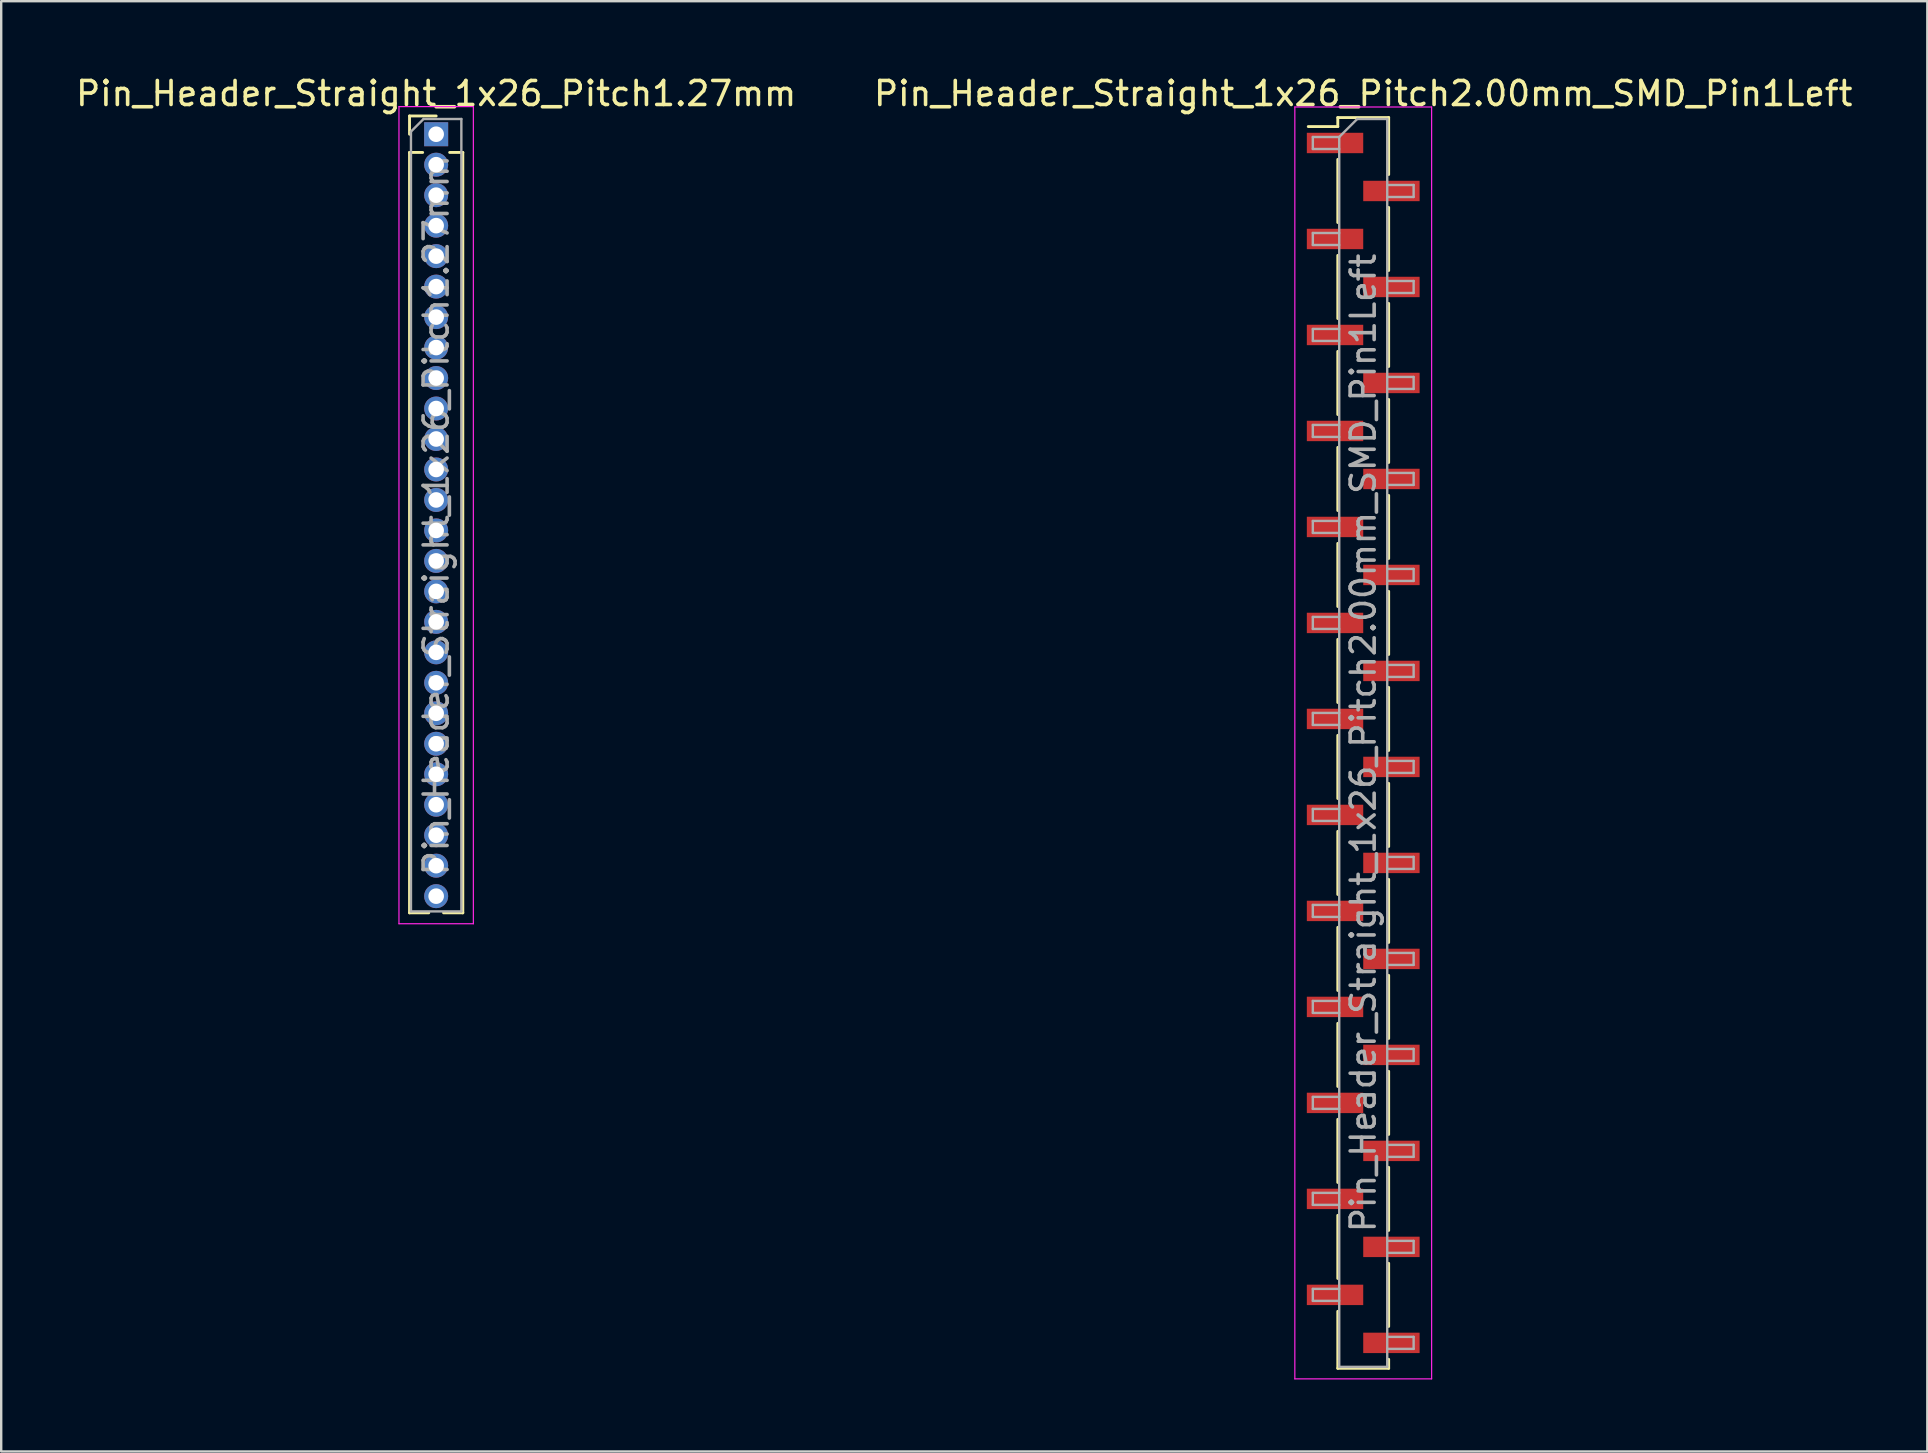
<source format=kicad_pcb>
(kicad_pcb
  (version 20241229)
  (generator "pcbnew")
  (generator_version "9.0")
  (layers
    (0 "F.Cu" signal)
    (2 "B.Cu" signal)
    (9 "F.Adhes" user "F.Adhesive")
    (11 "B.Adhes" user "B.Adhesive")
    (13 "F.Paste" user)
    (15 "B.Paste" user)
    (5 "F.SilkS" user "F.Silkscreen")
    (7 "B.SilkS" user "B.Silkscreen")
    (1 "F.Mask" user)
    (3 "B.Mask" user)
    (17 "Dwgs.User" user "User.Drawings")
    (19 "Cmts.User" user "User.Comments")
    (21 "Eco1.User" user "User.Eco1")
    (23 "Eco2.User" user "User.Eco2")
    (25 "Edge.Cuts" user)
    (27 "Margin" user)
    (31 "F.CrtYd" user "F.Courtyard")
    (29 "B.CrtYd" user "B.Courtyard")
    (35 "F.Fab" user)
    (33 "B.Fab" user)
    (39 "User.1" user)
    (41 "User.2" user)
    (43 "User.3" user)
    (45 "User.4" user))
  (footprint "Pin_Header_Straight_1x26_Pitch2.00mm_SMD_Pin1Left"
    (layer "F.Cu")
    (at 53.756 27.908)
    (property "Reference" "Pin_Header_Straight_1x26_Pitch2.00mm_SMD_Pin1Left" (at 0 -27.06 0) (layer "F.SilkS") (effects (font (size 1 1) (thickness 0.15))))
    (attr smd)
    (fp_line (start -1.06 -26.06) (end -1.06 -25.685) (stroke (width 0.12) (type solid)) (layer "F.SilkS"))
    (fp_line (start -1.06 -26.06) (end 1.06 -26.06) (stroke (width 0.12) (type solid)) (layer "F.SilkS"))
    (fp_line (start -1.06 -25.685) (end -2.29 -25.685) (stroke (width 0.12) (type solid)) (layer "F.SilkS"))
    (fp_line (start -1.06 -24.315) (end -1.06 -21.685) (stroke (width 0.12) (type solid)) (layer "F.SilkS"))
    (fp_line (start -1.06 -20.315) (end -1.06 -17.685) (stroke (width 0.12) (type solid)) (layer "F.SilkS"))
    (fp_line (start -1.06 -16.315) (end -1.06 -13.685) (stroke (width 0.12) (type solid)) (layer "F.SilkS"))
    (fp_line (start -1.06 -12.315) (end -1.06 -9.685) (stroke (width 0.12) (type solid)) (layer "F.SilkS"))
    (fp_line (start -1.06 -8.315) (end -1.06 -5.685) (stroke (width 0.12) (type solid)) (layer "F.SilkS"))
    (fp_line (start -1.06 -4.315) (end -1.06 -1.685) (stroke (width 0.12) (type solid)) (layer "F.SilkS"))
    (fp_line (start -1.06 -0.315) (end -1.06 2.315) (stroke (width 0.12) (type solid)) (layer "F.SilkS"))
    (fp_line (start -1.06 3.685) (end -1.06 6.315) (stroke (width 0.12) (type solid)) (layer "F.SilkS"))
    (fp_line (start -1.06 7.685) (end -1.06 10.315) (stroke (width 0.12) (type solid)) (layer "F.SilkS"))
    (fp_line (start -1.06 11.685) (end -1.06 14.315) (stroke (width 0.12) (type solid)) (layer "F.SilkS"))
    (fp_line (start -1.06 15.685) (end -1.06 18.315) (stroke (width 0.12) (type solid)) (layer "F.SilkS"))
    (fp_line (start -1.06 19.685) (end -1.06 22.315) (stroke (width 0.12) (type solid)) (layer "F.SilkS"))
    (fp_line (start -1.06 23.685) (end -1.06 26.06) (stroke (width 0.12) (type solid)) (layer "F.SilkS"))
    (fp_line (start -1.06 26.06) (end 1.06 26.06) (stroke (width 0.12) (type solid)) (layer "F.SilkS"))
    (fp_line (start 1.06 -26.06) (end 1.06 -23.685) (stroke (width 0.12) (type solid)) (layer "F.SilkS"))
    (fp_line (start 1.06 -22.315) (end 1.06 -19.685) (stroke (width 0.12) (type solid)) (layer "F.SilkS"))
    (fp_line (start 1.06 -18.315) (end 1.06 -15.685) (stroke (width 0.12) (type solid)) (layer "F.SilkS"))
    (fp_line (start 1.06 -14.315) (end 1.06 -11.685) (stroke (width 0.12) (type solid)) (layer "F.SilkS"))
    (fp_line (start 1.06 -10.315) (end 1.06 -7.685) (stroke (width 0.12) (type solid)) (layer "F.SilkS"))
    (fp_line (start 1.06 -6.315) (end 1.06 -3.685) (stroke (width 0.12) (type solid)) (layer "F.SilkS"))
    (fp_line (start 1.06 -2.315) (end 1.06 0.315) (stroke (width 0.12) (type solid)) (layer "F.SilkS"))
    (fp_line (start 1.06 1.685) (end 1.06 4.315) (stroke (width 0.12) (type solid)) (layer "F.SilkS"))
    (fp_line (start 1.06 5.685) (end 1.06 8.315) (stroke (width 0.12) (type solid)) (layer "F.SilkS"))
    (fp_line (start 1.06 9.685) (end 1.06 12.315) (stroke (width 0.12) (type solid)) (layer "F.SilkS"))
    (fp_line (start 1.06 13.685) (end 1.06 16.315) (stroke (width 0.12) (type solid)) (layer "F.SilkS"))
    (fp_line (start 1.06 17.685) (end 1.06 20.315) (stroke (width 0.12) (type solid)) (layer "F.SilkS"))
    (fp_line (start 1.06 21.685) (end 1.06 24.315) (stroke (width 0.12) (type solid)) (layer "F.SilkS"))
    (fp_line (start 1.06 25.685) (end 1.06 26.06) (stroke (width 0.12) (type solid)) (layer "F.SilkS"))
    (fp_line (start -2.85 -26.5) (end -2.85 26.5) (stroke (width 0.05) (type solid)) (layer "F.CrtYd"))
    (fp_line (start -2.85 26.5) (end 2.85 26.5) (stroke (width 0.05) (type solid)) (layer "F.CrtYd"))
    (fp_line (start 2.85 -26.5) (end -2.85 -26.5) (stroke (width 0.05) (type solid)) (layer "F.CrtYd"))
    (fp_line (start 2.85 26.5) (end 2.85 -26.5) (stroke (width 0.05) (type solid)) (layer "F.CrtYd"))
    (fp_line (start -2.1 -25.25) (end -2.1 -24.75) (stroke (width 0.1) (type solid)) (layer "F.Fab"))
    (fp_line (start -2.1 -24.75) (end -1 -24.75) (stroke (width 0.1) (type solid)) (layer "F.Fab"))
    (fp_line (start -2.1 -21.25) (end -2.1 -20.75) (stroke (width 0.1) (type solid)) (layer "F.Fab"))
    (fp_line (start -2.1 -20.75) (end -1 -20.75) (stroke (width 0.1) (type solid)) (layer "F.Fab"))
    (fp_line (start -2.1 -17.25) (end -2.1 -16.75) (stroke (width 0.1) (type solid)) (layer "F.Fab"))
    (fp_line (start -2.1 -16.75) (end -1 -16.75) (stroke (width 0.1) (type solid)) (layer "F.Fab"))
    (fp_line (start -2.1 -13.25) (end -2.1 -12.75) (stroke (width 0.1) (type solid)) (layer "F.Fab"))
    (fp_line (start -2.1 -12.75) (end -1 -12.75) (stroke (width 0.1) (type solid)) (layer "F.Fab"))
    (fp_line (start -2.1 -9.25) (end -2.1 -8.75) (stroke (width 0.1) (type solid)) (layer "F.Fab"))
    (fp_line (start -2.1 -8.75) (end -1 -8.75) (stroke (width 0.1) (type solid)) (layer "F.Fab"))
    (fp_line (start -2.1 -5.25) (end -2.1 -4.75) (stroke (width 0.1) (type solid)) (layer "F.Fab"))
    (fp_line (start -2.1 -4.75) (end -1 -4.75) (stroke (width 0.1) (type solid)) (layer "F.Fab"))
    (fp_line (start -2.1 -1.25) (end -2.1 -0.75) (stroke (width 0.1) (type solid)) (layer "F.Fab"))
    (fp_line (start -2.1 -0.75) (end -1 -0.75) (stroke (width 0.1) (type solid)) (layer "F.Fab"))
    (fp_line (start -2.1 2.75) (end -2.1 3.25) (stroke (width 0.1) (type solid)) (layer "F.Fab"))
    (fp_line (start -2.1 3.25) (end -1 3.25) (stroke (width 0.1) (type solid)) (layer "F.Fab"))
    (fp_line (start -2.1 6.75) (end -2.1 7.25) (stroke (width 0.1) (type solid)) (layer "F.Fab"))
    (fp_line (start -2.1 7.25) (end -1 7.25) (stroke (width 0.1) (type solid)) (layer "F.Fab"))
    (fp_line (start -2.1 10.75) (end -2.1 11.25) (stroke (width 0.1) (type solid)) (layer "F.Fab"))
    (fp_line (start -2.1 11.25) (end -1 11.25) (stroke (width 0.1) (type solid)) (layer "F.Fab"))
    (fp_line (start -2.1 14.75) (end -2.1 15.25) (stroke (width 0.1) (type solid)) (layer "F.Fab"))
    (fp_line (start -2.1 15.25) (end -1 15.25) (stroke (width 0.1) (type solid)) (layer "F.Fab"))
    (fp_line (start -2.1 18.75) (end -2.1 19.25) (stroke (width 0.1) (type solid)) (layer "F.Fab"))
    (fp_line (start -2.1 19.25) (end -1 19.25) (stroke (width 0.1) (type solid)) (layer "F.Fab"))
    (fp_line (start -2.1 22.75) (end -2.1 23.25) (stroke (width 0.1) (type solid)) (layer "F.Fab"))
    (fp_line (start -2.1 23.25) (end -1 23.25) (stroke (width 0.1) (type solid)) (layer "F.Fab"))
    (fp_line (start -1 -25.25) (end -2.1 -25.25) (stroke (width 0.1) (type solid)) (layer "F.Fab"))
    (fp_line (start -1 -25.25) (end -0.25 -26) (stroke (width 0.1) (type solid)) (layer "F.Fab"))
    (fp_line (start -1 -21.25) (end -2.1 -21.25) (stroke (width 0.1) (type solid)) (layer "F.Fab"))
    (fp_line (start -1 -17.25) (end -2.1 -17.25) (stroke (width 0.1) (type solid)) (layer "F.Fab"))
    (fp_line (start -1 -13.25) (end -2.1 -13.25) (stroke (width 0.1) (type solid)) (layer "F.Fab"))
    (fp_line (start -1 -9.25) (end -2.1 -9.25) (stroke (width 0.1) (type solid)) (layer "F.Fab"))
    (fp_line (start -1 -5.25) (end -2.1 -5.25) (stroke (width 0.1) (type solid)) (layer "F.Fab"))
    (fp_line (start -1 -1.25) (end -2.1 -1.25) (stroke (width 0.1) (type solid)) (layer "F.Fab"))
    (fp_line (start -1 2.75) (end -2.1 2.75) (stroke (width 0.1) (type solid)) (layer "F.Fab"))
    (fp_line (start -1 6.75) (end -2.1 6.75) (stroke (width 0.1) (type solid)) (layer "F.Fab"))
    (fp_line (start -1 10.75) (end -2.1 10.75) (stroke (width 0.1) (type solid)) (layer "F.Fab"))
    (fp_line (start -1 14.75) (end -2.1 14.75) (stroke (width 0.1) (type solid)) (layer "F.Fab"))
    (fp_line (start -1 18.75) (end -2.1 18.75) (stroke (width 0.1) (type solid)) (layer "F.Fab"))
    (fp_line (start -1 22.75) (end -2.1 22.75) (stroke (width 0.1) (type solid)) (layer "F.Fab"))
    (fp_line (start -1 26) (end -1 -25.25) (stroke (width 0.1) (type solid)) (layer "F.Fab"))
    (fp_line (start -0.25 -26) (end 1 -26) (stroke (width 0.1) (type solid)) (layer "F.Fab"))
    (fp_line (start 1 -26) (end 1 26) (stroke (width 0.1) (type solid)) (layer "F.Fab"))
    (fp_line (start 1 -23.25) (end 2.1 -23.25) (stroke (width 0.1) (type solid)) (layer "F.Fab"))
    (fp_line (start 1 -19.25) (end 2.1 -19.25) (stroke (width 0.1) (type solid)) (layer "F.Fab"))
    (fp_line (start 1 -15.25) (end 2.1 -15.25) (stroke (width 0.1) (type solid)) (layer "F.Fab"))
    (fp_line (start 1 -11.25) (end 2.1 -11.25) (stroke (width 0.1) (type solid)) (layer "F.Fab"))
    (fp_line (start 1 -7.25) (end 2.1 -7.25) (stroke (width 0.1) (type solid)) (layer "F.Fab"))
    (fp_line (start 1 -3.25) (end 2.1 -3.25) (stroke (width 0.1) (type solid)) (layer "F.Fab"))
    (fp_line (start 1 0.75) (end 2.1 0.75) (stroke (width 0.1) (type solid)) (layer "F.Fab"))
    (fp_line (start 1 4.75) (end 2.1 4.75) (stroke (width 0.1) (type solid)) (layer "F.Fab"))
    (fp_line (start 1 8.75) (end 2.1 8.75) (stroke (width 0.1) (type solid)) (layer "F.Fab"))
    (fp_line (start 1 12.75) (end 2.1 12.75) (stroke (width 0.1) (type solid)) (layer "F.Fab"))
    (fp_line (start 1 16.75) (end 2.1 16.75) (stroke (width 0.1) (type solid)) (layer "F.Fab"))
    (fp_line (start 1 20.75) (end 2.1 20.75) (stroke (width 0.1) (type solid)) (layer "F.Fab"))
    (fp_line (start 1 24.75) (end 2.1 24.75) (stroke (width 0.1) (type solid)) (layer "F.Fab"))
    (fp_line (start 1 26) (end -1 26) (stroke (width 0.1) (type solid)) (layer "F.Fab"))
    (fp_line (start 2.1 -23.25) (end 2.1 -22.75) (stroke (width 0.1) (type solid)) (layer "F.Fab"))
    (fp_line (start 2.1 -22.75) (end 1 -22.75) (stroke (width 0.1) (type solid)) (layer "F.Fab"))
    (fp_line (start 2.1 -19.25) (end 2.1 -18.75) (stroke (width 0.1) (type solid)) (layer "F.Fab"))
    (fp_line (start 2.1 -18.75) (end 1 -18.75) (stroke (width 0.1) (type solid)) (layer "F.Fab"))
    (fp_line (start 2.1 -15.25) (end 2.1 -14.75) (stroke (width 0.1) (type solid)) (layer "F.Fab"))
    (fp_line (start 2.1 -14.75) (end 1 -14.75) (stroke (width 0.1) (type solid)) (layer "F.Fab"))
    (fp_line (start 2.1 -11.25) (end 2.1 -10.75) (stroke (width 0.1) (type solid)) (layer "F.Fab"))
    (fp_line (start 2.1 -10.75) (end 1 -10.75) (stroke (width 0.1) (type solid)) (layer "F.Fab"))
    (fp_line (start 2.1 -7.25) (end 2.1 -6.75) (stroke (width 0.1) (type solid)) (layer "F.Fab"))
    (fp_line (start 2.1 -6.75) (end 1 -6.75) (stroke (width 0.1) (type solid)) (layer "F.Fab"))
    (fp_line (start 2.1 -3.25) (end 2.1 -2.75) (stroke (width 0.1) (type solid)) (layer "F.Fab"))
    (fp_line (start 2.1 -2.75) (end 1 -2.75) (stroke (width 0.1) (type solid)) (layer "F.Fab"))
    (fp_line (start 2.1 0.75) (end 2.1 1.25) (stroke (width 0.1) (type solid)) (layer "F.Fab"))
    (fp_line (start 2.1 1.25) (end 1 1.25) (stroke (width 0.1) (type solid)) (layer "F.Fab"))
    (fp_line (start 2.1 4.75) (end 2.1 5.25) (stroke (width 0.1) (type solid)) (layer "F.Fab"))
    (fp_line (start 2.1 5.25) (end 1 5.25) (stroke (width 0.1) (type solid)) (layer "F.Fab"))
    (fp_line (start 2.1 8.75) (end 2.1 9.25) (stroke (width 0.1) (type solid)) (layer "F.Fab"))
    (fp_line (start 2.1 9.25) (end 1 9.25) (stroke (width 0.1) (type solid)) (layer "F.Fab"))
    (fp_line (start 2.1 12.75) (end 2.1 13.25) (stroke (width 0.1) (type solid)) (layer "F.Fab"))
    (fp_line (start 2.1 13.25) (end 1 13.25) (stroke (width 0.1) (type solid)) (layer "F.Fab"))
    (fp_line (start 2.1 16.75) (end 2.1 17.25) (stroke (width 0.1) (type solid)) (layer "F.Fab"))
    (fp_line (start 2.1 17.25) (end 1 17.25) (stroke (width 0.1) (type solid)) (layer "F.Fab"))
    (fp_line (start 2.1 20.75) (end 2.1 21.25) (stroke (width 0.1) (type solid)) (layer "F.Fab"))
    (fp_line (start 2.1 21.25) (end 1 21.25) (stroke (width 0.1) (type solid)) (layer "F.Fab"))
    (fp_line (start 2.1 24.75) (end 2.1 25.25) (stroke (width 0.1) (type solid)) (layer "F.Fab"))
    (fp_line (start 2.1 25.25) (end 1 25.25) (stroke (width 0.1) (type solid)) (layer "F.Fab"))
    (fp_text user "${REFERENCE}" (at 0 0 90) (layer "F.Fab") (effects (font (size 1 1) (thickness 0.15))))
    (pad "1" smd rect (at -1.175 -25) (size 2.35 0.85) (layers "F.Cu" "F.Mask" "F.Paste"))
    (pad "2" smd rect (at 1.175 -23) (size 2.35 0.85) (layers "F.Cu" "F.Mask" "F.Paste"))
    (pad "3" smd rect (at -1.175 -21) (size 2.35 0.85) (layers "F.Cu" "F.Mask" "F.Paste"))
    (pad "4" smd rect (at 1.175 -19) (size 2.35 0.85) (layers "F.Cu" "F.Mask" "F.Paste"))
    (pad "5" smd rect (at -1.175 -17) (size 2.35 0.85) (layers "F.Cu" "F.Mask" "F.Paste"))
    (pad "6" smd rect (at 1.175 -15) (size 2.35 0.85) (layers "F.Cu" "F.Mask" "F.Paste"))
    (pad "7" smd rect (at -1.175 -13) (size 2.35 0.85) (layers "F.Cu" "F.Mask" "F.Paste"))
    (pad "8" smd rect (at 1.175 -11) (size 2.35 0.85) (layers "F.Cu" "F.Mask" "F.Paste"))
    (pad "9" smd rect (at -1.175 -9) (size 2.35 0.85) (layers "F.Cu" "F.Mask" "F.Paste"))
    (pad "10" smd rect (at 1.175 -7) (size 2.35 0.85) (layers "F.Cu" "F.Mask" "F.Paste"))
    (pad "11" smd rect (at -1.175 -5) (size 2.35 0.85) (layers "F.Cu" "F.Mask" "F.Paste"))
    (pad "12" smd rect (at 1.175 -3) (size 2.35 0.85) (layers "F.Cu" "F.Mask" "F.Paste"))
    (pad "13" smd rect (at -1.175 -1) (size 2.35 0.85) (layers "F.Cu" "F.Mask" "F.Paste"))
    (pad "14" smd rect (at 1.175 1) (size 2.35 0.85) (layers "F.Cu" "F.Mask" "F.Paste"))
    (pad "15" smd rect (at -1.175 3) (size 2.35 0.85) (layers "F.Cu" "F.Mask" "F.Paste"))
    (pad "16" smd rect (at 1.175 5) (size 2.35 0.85) (layers "F.Cu" "F.Mask" "F.Paste"))
    (pad "17" smd rect (at -1.175 7) (size 2.35 0.85) (layers "F.Cu" "F.Mask" "F.Paste"))
    (pad "18" smd rect (at 1.175 9) (size 2.35 0.85) (layers "F.Cu" "F.Mask" "F.Paste"))
    (pad "19" smd rect (at -1.175 11) (size 2.35 0.85) (layers "F.Cu" "F.Mask" "F.Paste"))
    (pad "20" smd rect (at 1.175 13) (size 2.35 0.85) (layers "F.Cu" "F.Mask" "F.Paste"))
    (pad "21" smd rect (at -1.175 15) (size 2.35 0.85) (layers "F.Cu" "F.Mask" "F.Paste"))
    (pad "22" smd rect (at 1.175 17) (size 2.35 0.85) (layers "F.Cu" "F.Mask" "F.Paste"))
    (pad "23" smd rect (at -1.175 19) (size 2.35 0.85) (layers "F.Cu" "F.Mask" "F.Paste"))
    (pad "24" smd rect (at 1.175 21) (size 2.35 0.85) (layers "F.Cu" "F.Mask" "F.Paste"))
    (pad "25" smd rect (at -1.175 23) (size 2.35 0.85) (layers "F.Cu" "F.Mask" "F.Paste"))
    (pad "26" smd rect (at 1.175 25) (size 2.35 0.85) (layers "F.Cu" "F.Mask" "F.Paste")))
  (footprint "Pin_Header_Straight_1x26_Pitch1.27mm"
    (layer "F.Cu")
    (at 15.125 2.543)
    (property "Reference" "Pin_Header_Straight_1x26_Pitch1.27mm" (at 0 -1.695 0) (layer "F.SilkS") (effects (font (size 1 1) (thickness 0.15))))
    (attr through_hole)
    (fp_line (start -1.11 -0.76) (end 0 -0.76) (stroke (width 0.12) (type solid)) (layer "F.SilkS"))
    (fp_line (start -1.11 0) (end -1.11 -0.76) (stroke (width 0.12) (type solid)) (layer "F.SilkS"))
    (fp_line (start -1.11 0.76) (end -1.11 32.445) (stroke (width 0.12) (type solid)) (layer "F.SilkS"))
    (fp_line (start -1.11 0.76) (end -0.563 0.76) (stroke (width 0.12) (type solid)) (layer "F.SilkS"))
    (fp_line (start -1.11 32.445) (end -0.308 32.445) (stroke (width 0.12) (type solid)) (layer "F.SilkS"))
    (fp_line (start 0.308 32.445) (end 1.11 32.445) (stroke (width 0.12) (type solid)) (layer "F.SilkS"))
    (fp_line (start 0.563 0.76) (end 1.11 0.76) (stroke (width 0.12) (type solid)) (layer "F.SilkS"))
    (fp_line (start 1.11 0.76) (end 1.11 32.445) (stroke (width 0.12) (type solid)) (layer "F.SilkS"))
    (fp_line (start -1.55 -1.15) (end -1.55 32.9) (stroke (width 0.05) (type solid)) (layer "F.CrtYd"))
    (fp_line (start -1.55 32.9) (end 1.55 32.9) (stroke (width 0.05) (type solid)) (layer "F.CrtYd"))
    (fp_line (start 1.55 -1.15) (end -1.55 -1.15) (stroke (width 0.05) (type solid)) (layer "F.CrtYd"))
    (fp_line (start 1.55 32.9) (end 1.55 -1.15) (stroke (width 0.05) (type solid)) (layer "F.CrtYd"))
    (fp_line (start -1.05 -0.11) (end -0.525 -0.635) (stroke (width 0.1) (type solid)) (layer "F.Fab"))
    (fp_line (start -1.05 32.385) (end -1.05 -0.11) (stroke (width 0.1) (type solid)) (layer "F.Fab"))
    (fp_line (start -0.525 -0.635) (end 1.05 -0.635) (stroke (width 0.1) (type solid)) (layer "F.Fab"))
    (fp_line (start 1.05 -0.635) (end 1.05 32.385) (stroke (width 0.1) (type solid)) (layer "F.Fab"))
    (fp_line (start 1.05 32.385) (end -1.05 32.385) (stroke (width 0.1) (type solid)) (layer "F.Fab"))
    (fp_text user "${REFERENCE}" (at 0 15.875 90) (layer "F.Fab") (effects (font (size 1 1) (thickness 0.15))))
    (pad "1" thru_hole rect (at 0 0) (size 1 1) (drill 0.65) (layers "*.Cu" "*.Mask"))
    (pad "2" thru_hole oval (at 0 1.27) (size 1 1) (drill 0.65) (layers "*.Cu" "*.Mask"))
    (pad "3" thru_hole oval (at 0 2.54) (size 1 1) (drill 0.65) (layers "*.Cu" "*.Mask"))
    (pad "4" thru_hole oval (at 0 3.81) (size 1 1) (drill 0.65) (layers "*.Cu" "*.Mask"))
    (pad "5" thru_hole oval (at 0 5.08) (size 1 1) (drill 0.65) (layers "*.Cu" "*.Mask"))
    (pad "6" thru_hole oval (at 0 6.35) (size 1 1) (drill 0.65) (layers "*.Cu" "*.Mask"))
    (pad "7" thru_hole oval (at 0 7.62) (size 1 1) (drill 0.65) (layers "*.Cu" "*.Mask"))
    (pad "8" thru_hole oval (at 0 8.89) (size 1 1) (drill 0.65) (layers "*.Cu" "*.Mask"))
    (pad "9" thru_hole oval (at 0 10.16) (size 1 1) (drill 0.65) (layers "*.Cu" "*.Mask"))
    (pad "10" thru_hole oval (at 0 11.43) (size 1 1) (drill 0.65) (layers "*.Cu" "*.Mask"))
    (pad "11" thru_hole oval (at 0 12.7) (size 1 1) (drill 0.65) (layers "*.Cu" "*.Mask"))
    (pad "12" thru_hole oval (at 0 13.97) (size 1 1) (drill 0.65) (layers "*.Cu" "*.Mask"))
    (pad "13" thru_hole oval (at 0 15.24) (size 1 1) (drill 0.65) (layers "*.Cu" "*.Mask"))
    (pad "14" thru_hole oval (at 0 16.51) (size 1 1) (drill 0.65) (layers "*.Cu" "*.Mask"))
    (pad "15" thru_hole oval (at 0 17.78) (size 1 1) (drill 0.65) (layers "*.Cu" "*.Mask"))
    (pad "16" thru_hole oval (at 0 19.05) (size 1 1) (drill 0.65) (layers "*.Cu" "*.Mask"))
    (pad "17" thru_hole oval (at 0 20.32) (size 1 1) (drill 0.65) (layers "*.Cu" "*.Mask"))
    (pad "18" thru_hole oval (at 0 21.59) (size 1 1) (drill 0.65) (layers "*.Cu" "*.Mask"))
    (pad "19" thru_hole oval (at 0 22.86) (size 1 1) (drill 0.65) (layers "*.Cu" "*.Mask"))
    (pad "20" thru_hole oval (at 0 24.13) (size 1 1) (drill 0.65) (layers "*.Cu" "*.Mask"))
    (pad "21" thru_hole oval (at 0 25.4) (size 1 1) (drill 0.65) (layers "*.Cu" "*.Mask"))
    (pad "22" thru_hole oval (at 0 26.67) (size 1 1) (drill 0.65) (layers "*.Cu" "*.Mask"))
    (pad "23" thru_hole oval (at 0 27.94) (size 1 1) (drill 0.65) (layers "*.Cu" "*.Mask"))
    (pad "24" thru_hole oval (at 0 29.21) (size 1 1) (drill 0.65) (layers "*.Cu" "*.Mask"))
    (pad "25" thru_hole oval (at 0 30.48) (size 1 1) (drill 0.65) (layers "*.Cu" "*.Mask"))
    (pad "26" thru_hole oval (at 0 31.75) (size 1 1) (drill 0.65) (layers "*.Cu" "*.Mask")))
  (gr_rect
    (start -3 -3)
    (end 77.262 57.433)
    (stroke (width 0.1) (type default))
    (fill no)
    (layer "Edge.Cuts")))
</source>
